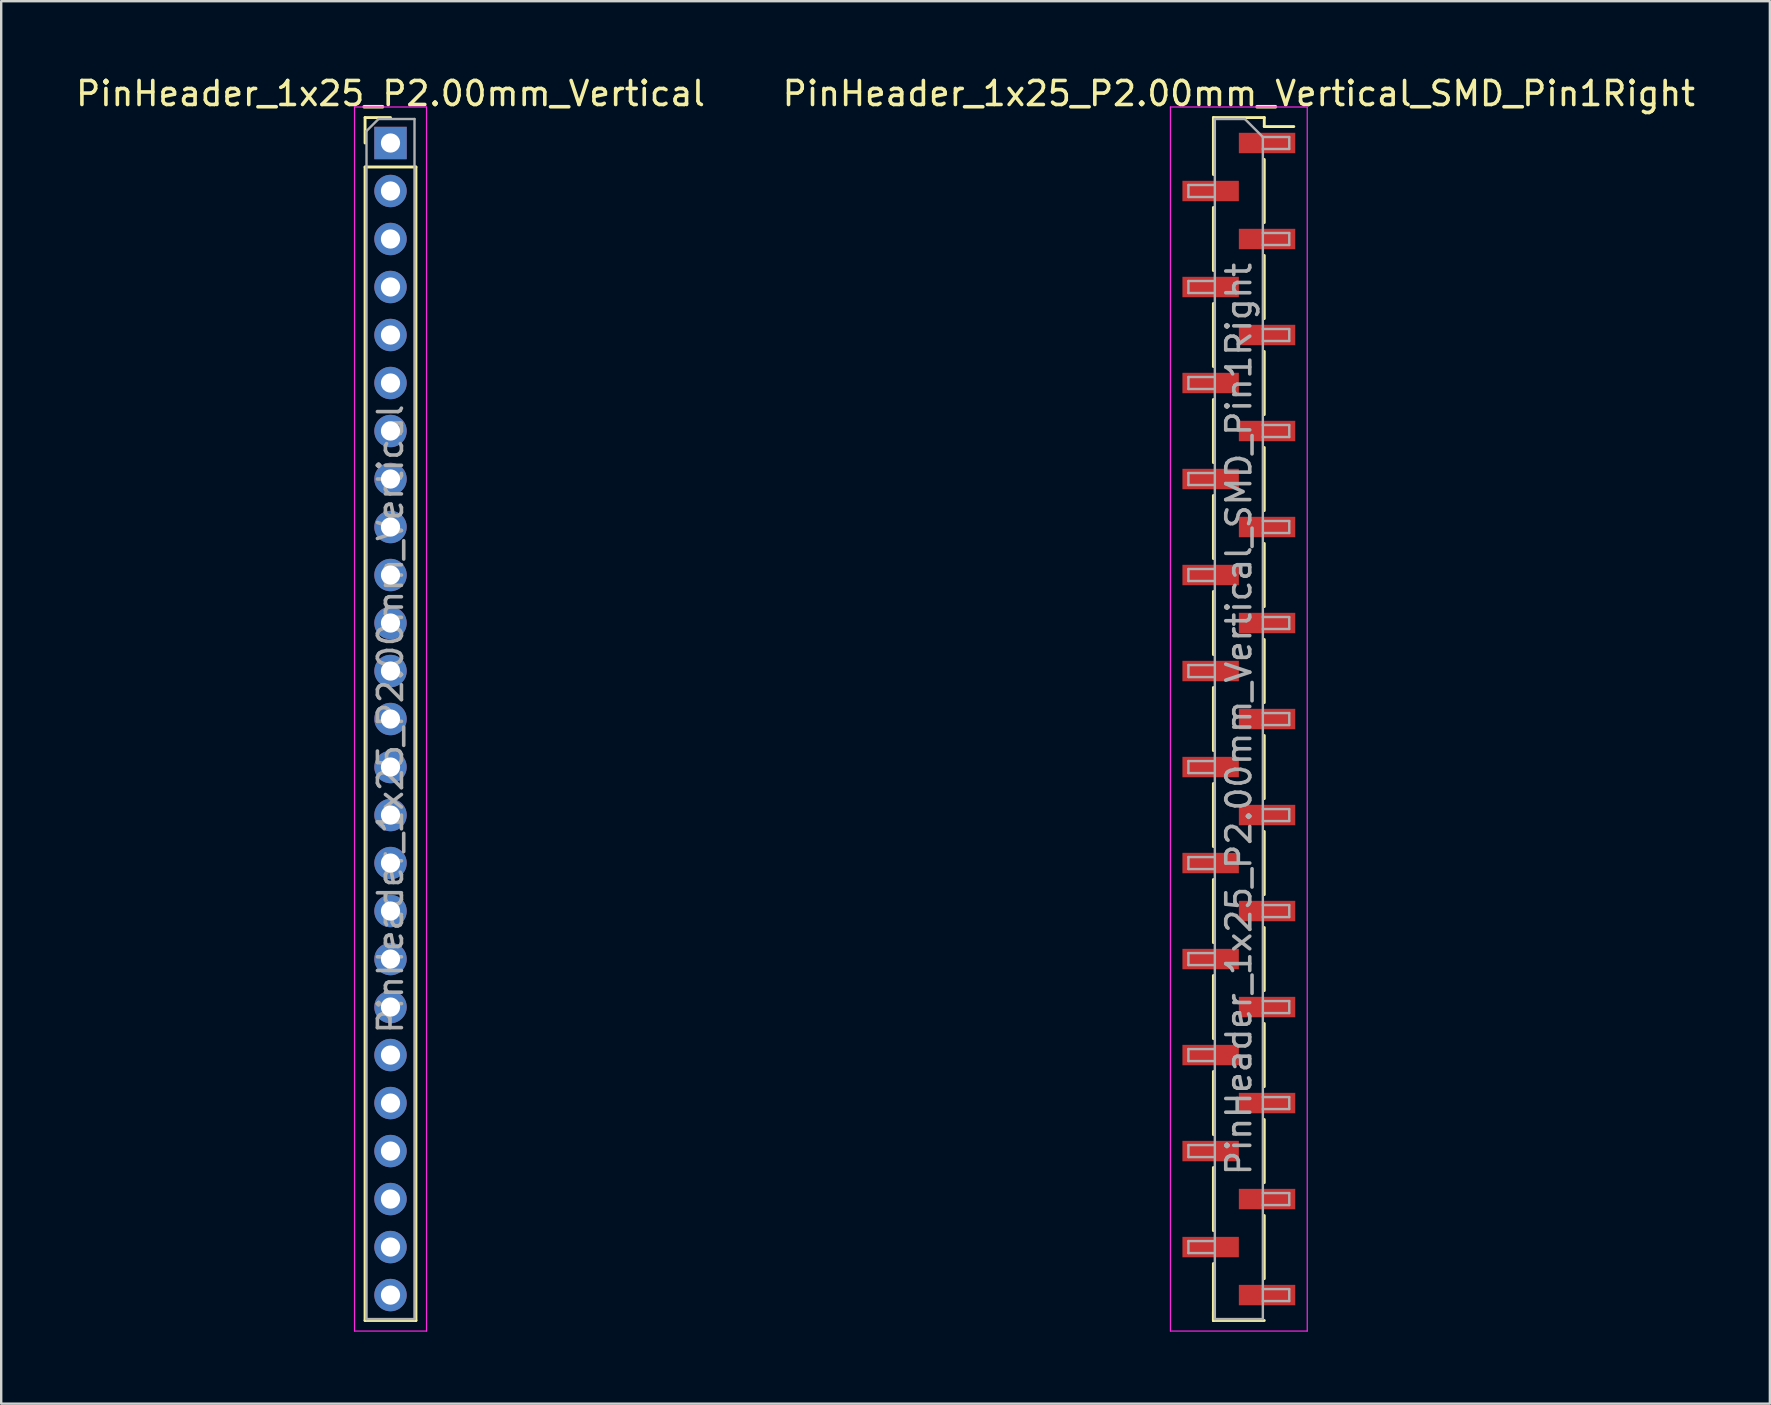
<source format=kicad_pcb>
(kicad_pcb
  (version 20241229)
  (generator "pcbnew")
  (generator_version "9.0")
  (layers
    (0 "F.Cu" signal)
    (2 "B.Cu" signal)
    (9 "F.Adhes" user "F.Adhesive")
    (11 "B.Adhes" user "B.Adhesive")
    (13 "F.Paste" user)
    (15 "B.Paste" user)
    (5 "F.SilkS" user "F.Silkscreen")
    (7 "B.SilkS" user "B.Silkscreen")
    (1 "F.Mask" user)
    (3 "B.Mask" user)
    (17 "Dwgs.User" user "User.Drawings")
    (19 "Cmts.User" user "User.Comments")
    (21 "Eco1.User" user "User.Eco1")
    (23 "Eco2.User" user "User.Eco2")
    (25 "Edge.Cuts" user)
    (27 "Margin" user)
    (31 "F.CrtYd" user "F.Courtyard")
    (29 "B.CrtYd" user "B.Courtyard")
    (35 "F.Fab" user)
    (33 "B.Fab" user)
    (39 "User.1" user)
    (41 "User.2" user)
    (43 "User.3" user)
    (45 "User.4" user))
  (footprint "PinHeader_1x25_P2.00mm_Vertical_SMD_Pin1Right"
    (layer "F.Cu")
    (at 48.565 26.908)
    (property "Reference" "PinHeader_1x25_P2.00mm_Vertical_SMD_Pin1Right" (at 0 -26.06 0) (layer "F.SilkS") (effects (font (size 1 1) (thickness 0.15))))
    (attr smd)
    (fp_line (start -1.06 -25.06) (end -1.06 -22.685) (stroke (width 0.12) (type solid)) (layer "F.SilkS"))
    (fp_line (start -1.06 -25.06) (end 1.06 -25.06) (stroke (width 0.12) (type solid)) (layer "F.SilkS"))
    (fp_line (start -1.06 -21.315) (end -1.06 -18.685) (stroke (width 0.12) (type solid)) (layer "F.SilkS"))
    (fp_line (start -1.06 -17.315) (end -1.06 -14.685) (stroke (width 0.12) (type solid)) (layer "F.SilkS"))
    (fp_line (start -1.06 -13.315) (end -1.06 -10.685) (stroke (width 0.12) (type solid)) (layer "F.SilkS"))
    (fp_line (start -1.06 -9.315) (end -1.06 -6.685) (stroke (width 0.12) (type solid)) (layer "F.SilkS"))
    (fp_line (start -1.06 -5.315) (end -1.06 -2.685) (stroke (width 0.12) (type solid)) (layer "F.SilkS"))
    (fp_line (start -1.06 -1.315) (end -1.06 1.315) (stroke (width 0.12) (type solid)) (layer "F.SilkS"))
    (fp_line (start -1.06 2.685) (end -1.06 5.315) (stroke (width 0.12) (type solid)) (layer "F.SilkS"))
    (fp_line (start -1.06 6.685) (end -1.06 9.315) (stroke (width 0.12) (type solid)) (layer "F.SilkS"))
    (fp_line (start -1.06 10.685) (end -1.06 13.315) (stroke (width 0.12) (type solid)) (layer "F.SilkS"))
    (fp_line (start -1.06 14.685) (end -1.06 17.315) (stroke (width 0.12) (type solid)) (layer "F.SilkS"))
    (fp_line (start -1.06 18.685) (end -1.06 21.315) (stroke (width 0.12) (type solid)) (layer "F.SilkS"))
    (fp_line (start -1.06 22.685) (end -1.06 25.06) (stroke (width 0.12) (type solid)) (layer "F.SilkS"))
    (fp_line (start -1.06 24.685) (end -1.06 25.06) (stroke (width 0.12) (type solid)) (layer "F.SilkS"))
    (fp_line (start -1.06 25.06) (end 1.06 25.06) (stroke (width 0.12) (type solid)) (layer "F.SilkS"))
    (fp_line (start 1.06 -25.06) (end 1.06 -24.685) (stroke (width 0.12) (type solid)) (layer "F.SilkS"))
    (fp_line (start 1.06 -24.685) (end 2.29 -24.685) (stroke (width 0.12) (type solid)) (layer "F.SilkS"))
    (fp_line (start 1.06 -23.315) (end 1.06 -20.685) (stroke (width 0.12) (type solid)) (layer "F.SilkS"))
    (fp_line (start 1.06 -19.315) (end 1.06 -16.685) (stroke (width 0.12) (type solid)) (layer "F.SilkS"))
    (fp_line (start 1.06 -15.315) (end 1.06 -12.685) (stroke (width 0.12) (type solid)) (layer "F.SilkS"))
    (fp_line (start 1.06 -11.315) (end 1.06 -8.685) (stroke (width 0.12) (type solid)) (layer "F.SilkS"))
    (fp_line (start 1.06 -7.315) (end 1.06 -4.685) (stroke (width 0.12) (type solid)) (layer "F.SilkS"))
    (fp_line (start 1.06 -3.315) (end 1.06 -0.685) (stroke (width 0.12) (type solid)) (layer "F.SilkS"))
    (fp_line (start 1.06 0.685) (end 1.06 3.315) (stroke (width 0.12) (type solid)) (layer "F.SilkS"))
    (fp_line (start 1.06 4.685) (end 1.06 7.315) (stroke (width 0.12) (type solid)) (layer "F.SilkS"))
    (fp_line (start 1.06 8.685) (end 1.06 11.315) (stroke (width 0.12) (type solid)) (layer "F.SilkS"))
    (fp_line (start 1.06 12.685) (end 1.06 15.315) (stroke (width 0.12) (type solid)) (layer "F.SilkS"))
    (fp_line (start 1.06 16.685) (end 1.06 19.315) (stroke (width 0.12) (type solid)) (layer "F.SilkS"))
    (fp_line (start 1.06 20.685) (end 1.06 23.315) (stroke (width 0.12) (type solid)) (layer "F.SilkS"))
    (fp_line (start -2.85 -25.5) (end -2.85 25.5) (stroke (width 0.05) (type solid)) (layer "F.CrtYd"))
    (fp_line (start -2.85 25.5) (end 2.85 25.5) (stroke (width 0.05) (type solid)) (layer "F.CrtYd"))
    (fp_line (start 2.85 -25.5) (end -2.85 -25.5) (stroke (width 0.05) (type solid)) (layer "F.CrtYd"))
    (fp_line (start 2.85 25.5) (end 2.85 -25.5) (stroke (width 0.05) (type solid)) (layer "F.CrtYd"))
    (fp_line (start -2.1 -22.25) (end -2.1 -21.75) (stroke (width 0.1) (type solid)) (layer "F.Fab"))
    (fp_line (start -2.1 -21.75) (end -1 -21.75) (stroke (width 0.1) (type solid)) (layer "F.Fab"))
    (fp_line (start -2.1 -18.25) (end -2.1 -17.75) (stroke (width 0.1) (type solid)) (layer "F.Fab"))
    (fp_line (start -2.1 -17.75) (end -1 -17.75) (stroke (width 0.1) (type solid)) (layer "F.Fab"))
    (fp_line (start -2.1 -14.25) (end -2.1 -13.75) (stroke (width 0.1) (type solid)) (layer "F.Fab"))
    (fp_line (start -2.1 -13.75) (end -1 -13.75) (stroke (width 0.1) (type solid)) (layer "F.Fab"))
    (fp_line (start -2.1 -10.25) (end -2.1 -9.75) (stroke (width 0.1) (type solid)) (layer "F.Fab"))
    (fp_line (start -2.1 -9.75) (end -1 -9.75) (stroke (width 0.1) (type solid)) (layer "F.Fab"))
    (fp_line (start -2.1 -6.25) (end -2.1 -5.75) (stroke (width 0.1) (type solid)) (layer "F.Fab"))
    (fp_line (start -2.1 -5.75) (end -1 -5.75) (stroke (width 0.1) (type solid)) (layer "F.Fab"))
    (fp_line (start -2.1 -2.25) (end -2.1 -1.75) (stroke (width 0.1) (type solid)) (layer "F.Fab"))
    (fp_line (start -2.1 -1.75) (end -1 -1.75) (stroke (width 0.1) (type solid)) (layer "F.Fab"))
    (fp_line (start -2.1 1.75) (end -2.1 2.25) (stroke (width 0.1) (type solid)) (layer "F.Fab"))
    (fp_line (start -2.1 2.25) (end -1 2.25) (stroke (width 0.1) (type solid)) (layer "F.Fab"))
    (fp_line (start -2.1 5.75) (end -2.1 6.25) (stroke (width 0.1) (type solid)) (layer "F.Fab"))
    (fp_line (start -2.1 6.25) (end -1 6.25) (stroke (width 0.1) (type solid)) (layer "F.Fab"))
    (fp_line (start -2.1 9.75) (end -2.1 10.25) (stroke (width 0.1) (type solid)) (layer "F.Fab"))
    (fp_line (start -2.1 10.25) (end -1 10.25) (stroke (width 0.1) (type solid)) (layer "F.Fab"))
    (fp_line (start -2.1 13.75) (end -2.1 14.25) (stroke (width 0.1) (type solid)) (layer "F.Fab"))
    (fp_line (start -2.1 14.25) (end -1 14.25) (stroke (width 0.1) (type solid)) (layer "F.Fab"))
    (fp_line (start -2.1 17.75) (end -2.1 18.25) (stroke (width 0.1) (type solid)) (layer "F.Fab"))
    (fp_line (start -2.1 18.25) (end -1 18.25) (stroke (width 0.1) (type solid)) (layer "F.Fab"))
    (fp_line (start -2.1 21.75) (end -2.1 22.25) (stroke (width 0.1) (type solid)) (layer "F.Fab"))
    (fp_line (start -2.1 22.25) (end -1 22.25) (stroke (width 0.1) (type solid)) (layer "F.Fab"))
    (fp_line (start -1 -25) (end -1 25) (stroke (width 0.1) (type solid)) (layer "F.Fab"))
    (fp_line (start -1 -25) (end 0.25 -25) (stroke (width 0.1) (type solid)) (layer "F.Fab"))
    (fp_line (start -1 -22.25) (end -2.1 -22.25) (stroke (width 0.1) (type solid)) (layer "F.Fab"))
    (fp_line (start -1 -18.25) (end -2.1 -18.25) (stroke (width 0.1) (type solid)) (layer "F.Fab"))
    (fp_line (start -1 -14.25) (end -2.1 -14.25) (stroke (width 0.1) (type solid)) (layer "F.Fab"))
    (fp_line (start -1 -10.25) (end -2.1 -10.25) (stroke (width 0.1) (type solid)) (layer "F.Fab"))
    (fp_line (start -1 -6.25) (end -2.1 -6.25) (stroke (width 0.1) (type solid)) (layer "F.Fab"))
    (fp_line (start -1 -2.25) (end -2.1 -2.25) (stroke (width 0.1) (type solid)) (layer "F.Fab"))
    (fp_line (start -1 1.75) (end -2.1 1.75) (stroke (width 0.1) (type solid)) (layer "F.Fab"))
    (fp_line (start -1 5.75) (end -2.1 5.75) (stroke (width 0.1) (type solid)) (layer "F.Fab"))
    (fp_line (start -1 9.75) (end -2.1 9.75) (stroke (width 0.1) (type solid)) (layer "F.Fab"))
    (fp_line (start -1 13.75) (end -2.1 13.75) (stroke (width 0.1) (type solid)) (layer "F.Fab"))
    (fp_line (start -1 17.75) (end -2.1 17.75) (stroke (width 0.1) (type solid)) (layer "F.Fab"))
    (fp_line (start -1 21.75) (end -2.1 21.75) (stroke (width 0.1) (type solid)) (layer "F.Fab"))
    (fp_line (start 1 -24.25) (end 0.25 -25) (stroke (width 0.1) (type solid)) (layer "F.Fab"))
    (fp_line (start 1 -24.25) (end 2.1 -24.25) (stroke (width 0.1) (type solid)) (layer "F.Fab"))
    (fp_line (start 1 -20.25) (end 2.1 -20.25) (stroke (width 0.1) (type solid)) (layer "F.Fab"))
    (fp_line (start 1 -16.25) (end 2.1 -16.25) (stroke (width 0.1) (type solid)) (layer "F.Fab"))
    (fp_line (start 1 -12.25) (end 2.1 -12.25) (stroke (width 0.1) (type solid)) (layer "F.Fab"))
    (fp_line (start 1 -8.25) (end 2.1 -8.25) (stroke (width 0.1) (type solid)) (layer "F.Fab"))
    (fp_line (start 1 -4.25) (end 2.1 -4.25) (stroke (width 0.1) (type solid)) (layer "F.Fab"))
    (fp_line (start 1 -0.25) (end 2.1 -0.25) (stroke (width 0.1) (type solid)) (layer "F.Fab"))
    (fp_line (start 1 3.75) (end 2.1 3.75) (stroke (width 0.1) (type solid)) (layer "F.Fab"))
    (fp_line (start 1 7.75) (end 2.1 7.75) (stroke (width 0.1) (type solid)) (layer "F.Fab"))
    (fp_line (start 1 11.75) (end 2.1 11.75) (stroke (width 0.1) (type solid)) (layer "F.Fab"))
    (fp_line (start 1 15.75) (end 2.1 15.75) (stroke (width 0.1) (type solid)) (layer "F.Fab"))
    (fp_line (start 1 19.75) (end 2.1 19.75) (stroke (width 0.1) (type solid)) (layer "F.Fab"))
    (fp_line (start 1 23.75) (end 2.1 23.75) (stroke (width 0.1) (type solid)) (layer "F.Fab"))
    (fp_line (start 1 25) (end -1 25) (stroke (width 0.1) (type solid)) (layer "F.Fab"))
    (fp_line (start 1 25) (end 1 -24.25) (stroke (width 0.1) (type solid)) (layer "F.Fab"))
    (fp_line (start 2.1 -24.25) (end 2.1 -23.75) (stroke (width 0.1) (type solid)) (layer "F.Fab"))
    (fp_line (start 2.1 -23.75) (end 1 -23.75) (stroke (width 0.1) (type solid)) (layer "F.Fab"))
    (fp_line (start 2.1 -20.25) (end 2.1 -19.75) (stroke (width 0.1) (type solid)) (layer "F.Fab"))
    (fp_line (start 2.1 -19.75) (end 1 -19.75) (stroke (width 0.1) (type solid)) (layer "F.Fab"))
    (fp_line (start 2.1 -16.25) (end 2.1 -15.75) (stroke (width 0.1) (type solid)) (layer "F.Fab"))
    (fp_line (start 2.1 -15.75) (end 1 -15.75) (stroke (width 0.1) (type solid)) (layer "F.Fab"))
    (fp_line (start 2.1 -12.25) (end 2.1 -11.75) (stroke (width 0.1) (type solid)) (layer "F.Fab"))
    (fp_line (start 2.1 -11.75) (end 1 -11.75) (stroke (width 0.1) (type solid)) (layer "F.Fab"))
    (fp_line (start 2.1 -8.25) (end 2.1 -7.75) (stroke (width 0.1) (type solid)) (layer "F.Fab"))
    (fp_line (start 2.1 -7.75) (end 1 -7.75) (stroke (width 0.1) (type solid)) (layer "F.Fab"))
    (fp_line (start 2.1 -4.25) (end 2.1 -3.75) (stroke (width 0.1) (type solid)) (layer "F.Fab"))
    (fp_line (start 2.1 -3.75) (end 1 -3.75) (stroke (width 0.1) (type solid)) (layer "F.Fab"))
    (fp_line (start 2.1 -0.25) (end 2.1 0.25) (stroke (width 0.1) (type solid)) (layer "F.Fab"))
    (fp_line (start 2.1 0.25) (end 1 0.25) (stroke (width 0.1) (type solid)) (layer "F.Fab"))
    (fp_line (start 2.1 3.75) (end 2.1 4.25) (stroke (width 0.1) (type solid)) (layer "F.Fab"))
    (fp_line (start 2.1 4.25) (end 1 4.25) (stroke (width 0.1) (type solid)) (layer "F.Fab"))
    (fp_line (start 2.1 7.75) (end 2.1 8.25) (stroke (width 0.1) (type solid)) (layer "F.Fab"))
    (fp_line (start 2.1 8.25) (end 1 8.25) (stroke (width 0.1) (type solid)) (layer "F.Fab"))
    (fp_line (start 2.1 11.75) (end 2.1 12.25) (stroke (width 0.1) (type solid)) (layer "F.Fab"))
    (fp_line (start 2.1 12.25) (end 1 12.25) (stroke (width 0.1) (type solid)) (layer "F.Fab"))
    (fp_line (start 2.1 15.75) (end 2.1 16.25) (stroke (width 0.1) (type solid)) (layer "F.Fab"))
    (fp_line (start 2.1 16.25) (end 1 16.25) (stroke (width 0.1) (type solid)) (layer "F.Fab"))
    (fp_line (start 2.1 19.75) (end 2.1 20.25) (stroke (width 0.1) (type solid)) (layer "F.Fab"))
    (fp_line (start 2.1 20.25) (end 1 20.25) (stroke (width 0.1) (type solid)) (layer "F.Fab"))
    (fp_line (start 2.1 23.75) (end 2.1 24.25) (stroke (width 0.1) (type solid)) (layer "F.Fab"))
    (fp_line (start 2.1 24.25) (end 1 24.25) (stroke (width 0.1) (type solid)) (layer "F.Fab"))
    (fp_text user "${REFERENCE}" (at 0 0 90) (layer "F.Fab") (effects (font (size 1 1) (thickness 0.15))))
    (pad "1" smd rect (at 1.175 -24) (size 2.35 0.85) (layers "F.Cu" "F.Mask" "F.Paste"))
    (pad "2" smd rect (at -1.175 -22) (size 2.35 0.85) (layers "F.Cu" "F.Mask" "F.Paste"))
    (pad "3" smd rect (at 1.175 -20) (size 2.35 0.85) (layers "F.Cu" "F.Mask" "F.Paste"))
    (pad "4" smd rect (at -1.175 -18) (size 2.35 0.85) (layers "F.Cu" "F.Mask" "F.Paste"))
    (pad "5" smd rect (at 1.175 -16) (size 2.35 0.85) (layers "F.Cu" "F.Mask" "F.Paste"))
    (pad "6" smd rect (at -1.175 -14) (size 2.35 0.85) (layers "F.Cu" "F.Mask" "F.Paste"))
    (pad "7" smd rect (at 1.175 -12) (size 2.35 0.85) (layers "F.Cu" "F.Mask" "F.Paste"))
    (pad "8" smd rect (at -1.175 -10) (size 2.35 0.85) (layers "F.Cu" "F.Mask" "F.Paste"))
    (pad "9" smd rect (at 1.175 -8) (size 2.35 0.85) (layers "F.Cu" "F.Mask" "F.Paste"))
    (pad "10" smd rect (at -1.175 -6) (size 2.35 0.85) (layers "F.Cu" "F.Mask" "F.Paste"))
    (pad "11" smd rect (at 1.175 -4) (size 2.35 0.85) (layers "F.Cu" "F.Mask" "F.Paste"))
    (pad "12" smd rect (at -1.175 -2) (size 2.35 0.85) (layers "F.Cu" "F.Mask" "F.Paste"))
    (pad "13" smd rect (at 1.175 0) (size 2.35 0.85) (layers "F.Cu" "F.Mask" "F.Paste"))
    (pad "14" smd rect (at -1.175 2) (size 2.35 0.85) (layers "F.Cu" "F.Mask" "F.Paste"))
    (pad "15" smd rect (at 1.175 4) (size 2.35 0.85) (layers "F.Cu" "F.Mask" "F.Paste"))
    (pad "16" smd rect (at -1.175 6) (size 2.35 0.85) (layers "F.Cu" "F.Mask" "F.Paste"))
    (pad "17" smd rect (at 1.175 8) (size 2.35 0.85) (layers "F.Cu" "F.Mask" "F.Paste"))
    (pad "18" smd rect (at -1.175 10) (size 2.35 0.85) (layers "F.Cu" "F.Mask" "F.Paste"))
    (pad "19" smd rect (at 1.175 12) (size 2.35 0.85) (layers "F.Cu" "F.Mask" "F.Paste"))
    (pad "20" smd rect (at -1.175 14) (size 2.35 0.85) (layers "F.Cu" "F.Mask" "F.Paste"))
    (pad "21" smd rect (at 1.175 16) (size 2.35 0.85) (layers "F.Cu" "F.Mask" "F.Paste"))
    (pad "22" smd rect (at -1.175 18) (size 2.35 0.85) (layers "F.Cu" "F.Mask" "F.Paste"))
    (pad "23" smd rect (at 1.175 20) (size 2.35 0.85) (layers "F.Cu" "F.Mask" "F.Paste"))
    (pad "24" smd rect (at -1.175 22) (size 2.35 0.85) (layers "F.Cu" "F.Mask" "F.Paste"))
    (pad "25" smd rect (at 1.175 24) (size 2.35 0.85) (layers "F.Cu" "F.Mask" "F.Paste")))
  (footprint "PinHeader_1x25_P2.00mm_Vertical"
    (layer "F.Cu")
    (at 13.22 2.908)
    (property "Reference" "PinHeader_1x25_P2.00mm_Vertical" (at 0 -2.06 0) (layer "F.SilkS") (effects (font (size 1 1) (thickness 0.15))))
    (attr through_hole)
    (fp_line (start -1.06 -1.06) (end 0 -1.06) (stroke (width 0.12) (type solid)) (layer "F.SilkS"))
    (fp_line (start -1.06 0) (end -1.06 -1.06) (stroke (width 0.12) (type solid)) (layer "F.SilkS"))
    (fp_line (start -1.06 1) (end -1.06 49.06) (stroke (width 0.12) (type solid)) (layer "F.SilkS"))
    (fp_line (start -1.06 1) (end 1.06 1) (stroke (width 0.12) (type solid)) (layer "F.SilkS"))
    (fp_line (start -1.06 49.06) (end 1.06 49.06) (stroke (width 0.12) (type solid)) (layer "F.SilkS"))
    (fp_line (start 1.06 1) (end 1.06 49.06) (stroke (width 0.12) (type solid)) (layer "F.SilkS"))
    (fp_line (start -1.5 -1.5) (end -1.5 49.5) (stroke (width 0.05) (type solid)) (layer "F.CrtYd"))
    (fp_line (start -1.5 49.5) (end 1.5 49.5) (stroke (width 0.05) (type solid)) (layer "F.CrtYd"))
    (fp_line (start 1.5 -1.5) (end -1.5 -1.5) (stroke (width 0.05) (type solid)) (layer "F.CrtYd"))
    (fp_line (start 1.5 49.5) (end 1.5 -1.5) (stroke (width 0.05) (type solid)) (layer "F.CrtYd"))
    (fp_line (start -1 -0.5) (end -0.5 -1) (stroke (width 0.1) (type solid)) (layer "F.Fab"))
    (fp_line (start -1 49) (end -1 -0.5) (stroke (width 0.1) (type solid)) (layer "F.Fab"))
    (fp_line (start -0.5 -1) (end 1 -1) (stroke (width 0.1) (type solid)) (layer "F.Fab"))
    (fp_line (start 1 -1) (end 1 49) (stroke (width 0.1) (type solid)) (layer "F.Fab"))
    (fp_line (start 1 49) (end -1 49) (stroke (width 0.1) (type solid)) (layer "F.Fab"))
    (fp_text user "${REFERENCE}" (at 0 24 90) (layer "F.Fab") (effects (font (size 1 1) (thickness 0.15))))
    (pad "1" thru_hole rect (at 0 0) (size 1.35 1.35) (drill 0.8) (layers "*.Cu" "*.Mask"))
    (pad "2" thru_hole oval (at 0 2) (size 1.35 1.35) (drill 0.8) (layers "*.Cu" "*.Mask"))
    (pad "3" thru_hole oval (at 0 4) (size 1.35 1.35) (drill 0.8) (layers "*.Cu" "*.Mask"))
    (pad "4" thru_hole oval (at 0 6) (size 1.35 1.35) (drill 0.8) (layers "*.Cu" "*.Mask"))
    (pad "5" thru_hole oval (at 0 8) (size 1.35 1.35) (drill 0.8) (layers "*.Cu" "*.Mask"))
    (pad "6" thru_hole oval (at 0 10) (size 1.35 1.35) (drill 0.8) (layers "*.Cu" "*.Mask"))
    (pad "7" thru_hole oval (at 0 12) (size 1.35 1.35) (drill 0.8) (layers "*.Cu" "*.Mask"))
    (pad "8" thru_hole oval (at 0 14) (size 1.35 1.35) (drill 0.8) (layers "*.Cu" "*.Mask"))
    (pad "9" thru_hole oval (at 0 16) (size 1.35 1.35) (drill 0.8) (layers "*.Cu" "*.Mask"))
    (pad "10" thru_hole oval (at 0 18) (size 1.35 1.35) (drill 0.8) (layers "*.Cu" "*.Mask"))
    (pad "11" thru_hole oval (at 0 20) (size 1.35 1.35) (drill 0.8) (layers "*.Cu" "*.Mask"))
    (pad "12" thru_hole oval (at 0 22) (size 1.35 1.35) (drill 0.8) (layers "*.Cu" "*.Mask"))
    (pad "13" thru_hole oval (at 0 24) (size 1.35 1.35) (drill 0.8) (layers "*.Cu" "*.Mask"))
    (pad "14" thru_hole oval (at 0 26) (size 1.35 1.35) (drill 0.8) (layers "*.Cu" "*.Mask"))
    (pad "15" thru_hole oval (at 0 28) (size 1.35 1.35) (drill 0.8) (layers "*.Cu" "*.Mask"))
    (pad "16" thru_hole oval (at 0 30) (size 1.35 1.35) (drill 0.8) (layers "*.Cu" "*.Mask"))
    (pad "17" thru_hole oval (at 0 32) (size 1.35 1.35) (drill 0.8) (layers "*.Cu" "*.Mask"))
    (pad "18" thru_hole oval (at 0 34) (size 1.35 1.35) (drill 0.8) (layers "*.Cu" "*.Mask"))
    (pad "19" thru_hole oval (at 0 36) (size 1.35 1.35) (drill 0.8) (layers "*.Cu" "*.Mask"))
    (pad "20" thru_hole oval (at 0 38) (size 1.35 1.35) (drill 0.8) (layers "*.Cu" "*.Mask"))
    (pad "21" thru_hole oval (at 0 40) (size 1.35 1.35) (drill 0.8) (layers "*.Cu" "*.Mask"))
    (pad "22" thru_hole oval (at 0 42) (size 1.35 1.35) (drill 0.8) (layers "*.Cu" "*.Mask"))
    (pad "23" thru_hole oval (at 0 44) (size 1.35 1.35) (drill 0.8) (layers "*.Cu" "*.Mask"))
    (pad "24" thru_hole oval (at 0 46) (size 1.35 1.35) (drill 0.8) (layers "*.Cu" "*.Mask"))
    (pad "25" thru_hole oval (at 0 48) (size 1.35 1.35) (drill 0.8) (layers "*.Cu" "*.Mask")))
  (gr_rect
    (start -3 -3)
    (end 70.69 55.433)
    (stroke (width 0.1) (type default))
    (fill no)
    (layer "Edge.Cuts")))
</source>
